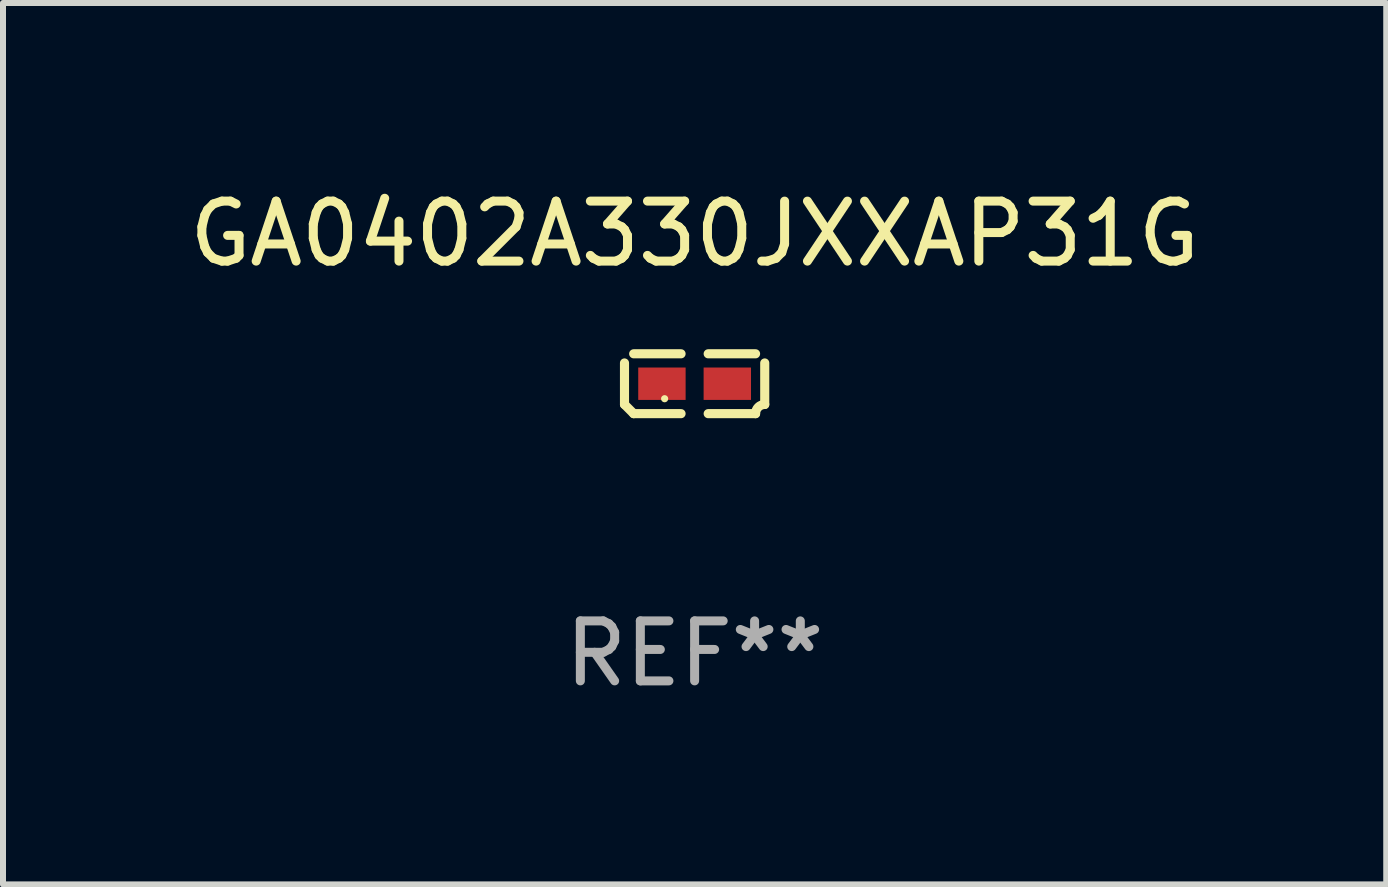
<source format=kicad_pcb>
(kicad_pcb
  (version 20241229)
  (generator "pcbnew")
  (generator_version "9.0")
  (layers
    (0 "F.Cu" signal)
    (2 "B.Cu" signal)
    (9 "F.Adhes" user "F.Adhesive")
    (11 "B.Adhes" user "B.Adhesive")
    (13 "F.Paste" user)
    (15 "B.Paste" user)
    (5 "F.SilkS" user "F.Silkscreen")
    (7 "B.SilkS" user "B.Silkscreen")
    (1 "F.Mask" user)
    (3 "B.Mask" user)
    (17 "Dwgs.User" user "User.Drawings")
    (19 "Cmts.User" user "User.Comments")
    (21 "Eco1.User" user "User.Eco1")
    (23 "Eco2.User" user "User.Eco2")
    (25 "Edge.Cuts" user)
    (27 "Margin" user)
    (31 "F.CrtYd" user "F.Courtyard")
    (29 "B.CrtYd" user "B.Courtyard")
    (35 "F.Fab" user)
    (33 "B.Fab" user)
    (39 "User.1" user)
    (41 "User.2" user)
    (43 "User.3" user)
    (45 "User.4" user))
  (footprint "GA0402A330JXXAP31G"
    (layer "F.Cu")
    (at 8.53 3.347)
    (property "Reference" "GA0402A330JXXAP31G" (at 0 -2.499 0) (layer "F.SilkS") (effects (font (size 1 1) (thickness 0.15))))
    (attr through_hole)
    (fp_line (start -1.169 0.346) (end -1.169 -0.346) (stroke (width 0.152) (type solid)) (layer "F.SilkS"))
    (fp_line (start -1.016 -0.499) (end -0.226 -0.499) (stroke (width 0.152) (type solid)) (layer "F.SilkS"))
    (fp_line (start -0.226 0.499) (end -1.016 0.499) (stroke (width 0.152) (type solid)) (layer "F.SilkS"))
    (fp_line (start 0.226 0.499) (end 1.016 0.499) (stroke (width 0.152) (type solid)) (layer "F.SilkS"))
    (fp_line (start 1.016 -0.499) (end 0.226 -0.499) (stroke (width 0.152) (type solid)) (layer "F.SilkS"))
    (fp_line (start 1.169 0.346) (end 1.169 -0.346) (stroke (width 0.152) (type solid)) (layer "F.SilkS"))
    (fp_arc (start -1.016307 0.498603) (mid -1.092512 0.422405) (end -1.16871 0.3462) (stroke (width 0.1524) (type solid)) (layer "F.SilkS"))
    (fp_arc (start 1.016307 0.498603) (mid 1.060899 0.390758) (end 1.168707 0.346076) (stroke (width 0.1524) (type solid)) (layer "F.SilkS"))
    (fp_circle (center -0.5 0.25) (end -0.47 0.25) (stroke (width 0.06) (type solid)) (fill no) (layer "F.SilkS"))
    (fp_text user "REF**" (at 0 4.499 0) (layer "F.Fab") (effects (font (size 1 1) (thickness 0.15))))
    (pad "1" smd rect (at -0.545 0) (size 0.79 0.54) (layers "F.Cu" "F.Mask" "F.Paste"))
    (pad "2" smd rect (at 0.545 0) (size 0.79 0.54) (layers "F.Cu" "F.Mask" "F.Paste")))
  (gr_rect
    (start -3 -3)
    (end 20.06 11.694)
    (stroke (width 0.1) (type default))
    (fill no)
    (layer "Edge.Cuts")))
</source>
